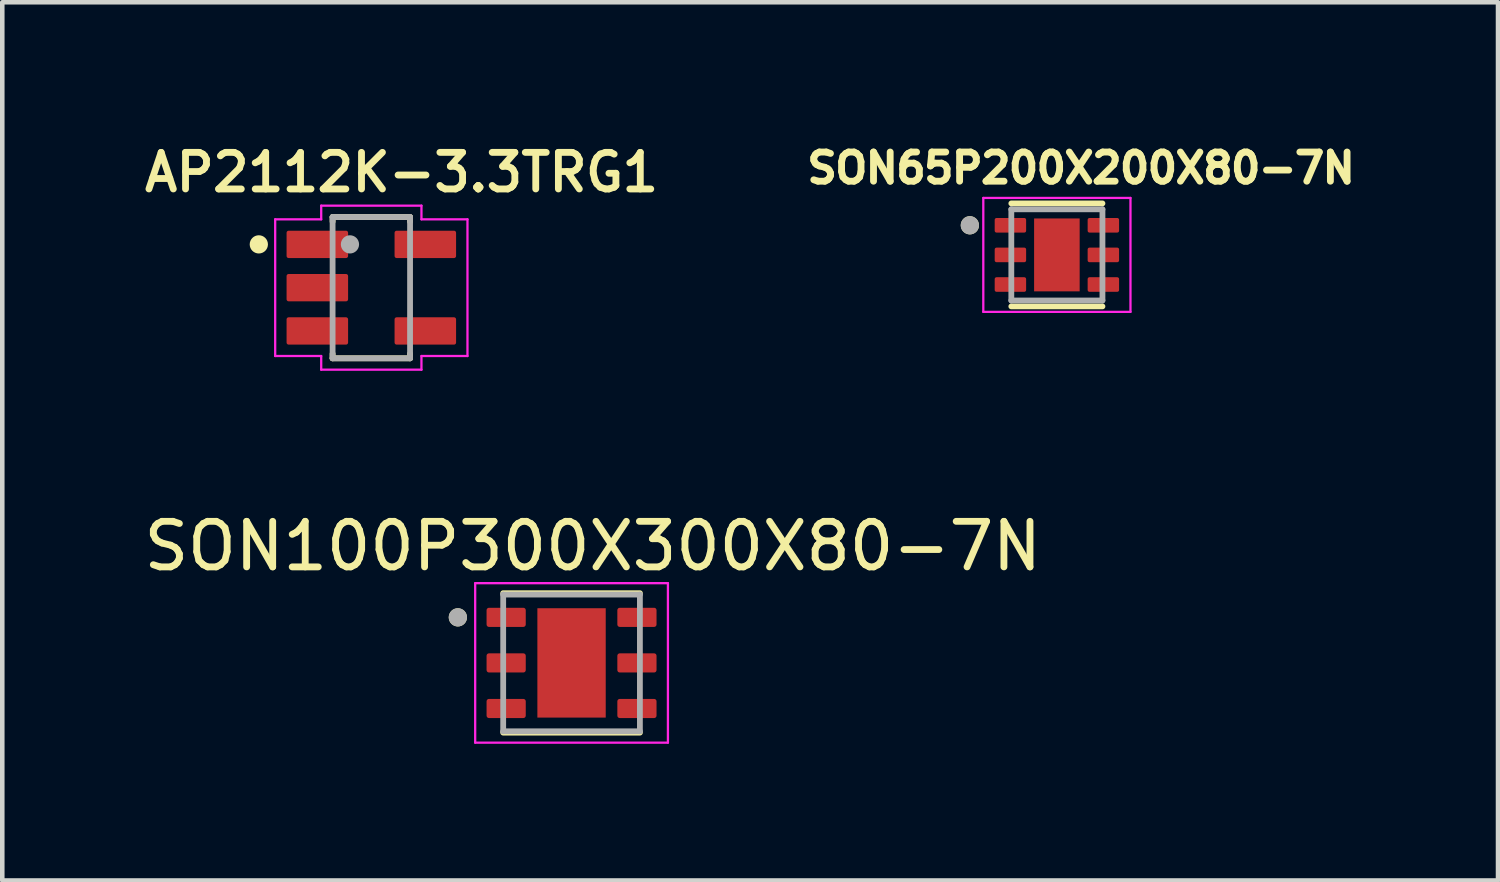
<source format=kicad_pcb>
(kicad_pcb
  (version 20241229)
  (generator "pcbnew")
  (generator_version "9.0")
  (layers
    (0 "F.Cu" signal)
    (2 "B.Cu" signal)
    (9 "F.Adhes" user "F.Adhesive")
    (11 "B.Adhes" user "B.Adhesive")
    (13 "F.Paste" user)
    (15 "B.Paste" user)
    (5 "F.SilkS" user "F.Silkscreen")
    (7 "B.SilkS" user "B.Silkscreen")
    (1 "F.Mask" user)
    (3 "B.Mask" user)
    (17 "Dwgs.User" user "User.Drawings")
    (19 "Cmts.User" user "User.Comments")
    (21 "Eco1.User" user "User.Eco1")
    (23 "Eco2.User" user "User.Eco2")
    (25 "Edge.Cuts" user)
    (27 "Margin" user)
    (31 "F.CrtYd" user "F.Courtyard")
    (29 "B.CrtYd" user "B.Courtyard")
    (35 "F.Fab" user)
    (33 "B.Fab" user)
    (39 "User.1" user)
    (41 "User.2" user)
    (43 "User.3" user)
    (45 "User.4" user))
  (footprint "SON100P300X300X80-7N"
    (layer "F.Cu")
    (at 9.493 11.498)
    (property "Reference" "SON100P300X300X80-7N" (at 0.465 -2.562 0) (layer "F.SilkS") (effects (font (size 1 1) (thickness 0.15))))
    (attr smd)
    (fp_line (start -1.5 -1.53) (end 1.5 -1.53) (stroke (width 0.127) (type solid)) (layer "F.SilkS"))
    (fp_line (start -1.5 1.53) (end 1.5 1.53) (stroke (width 0.127) (type solid)) (layer "F.SilkS"))
    (fp_circle (center -2.495 -1) (end -2.395 -1) (stroke (width 0.2) (type solid)) (fill no) (layer "F.SilkS"))
    (fp_poly (pts (xy -0.47 -0.76) (xy 0.47 -0.76) (xy 0.47 0.76) (xy -0.47 0.76)) (stroke (width 0.01) (type solid)) (fill yes) (layer "F.Paste"))
    (fp_line (start -2.115 -1.75) (end -2.115 1.75) (stroke (width 0.05) (type solid)) (layer "F.CrtYd"))
    (fp_line (start -2.115 -1.75) (end 2.115 -1.75) (stroke (width 0.05) (type solid)) (layer "F.CrtYd"))
    (fp_line (start -2.115 1.75) (end 2.115 1.75) (stroke (width 0.05) (type solid)) (layer "F.CrtYd"))
    (fp_line (start 2.115 -1.75) (end 2.115 1.75) (stroke (width 0.05) (type solid)) (layer "F.CrtYd"))
    (fp_line (start -1.5 -1.5) (end -1.5 1.5) (stroke (width 0.127) (type solid)) (layer "F.Fab"))
    (fp_line (start -1.5 -1.5) (end 1.5 -1.5) (stroke (width 0.127) (type solid)) (layer "F.Fab"))
    (fp_line (start -1.5 1.5) (end 1.5 1.5) (stroke (width 0.127) (type solid)) (layer "F.Fab"))
    (fp_line (start 1.5 -1.5) (end 1.5 1.5) (stroke (width 0.127) (type solid)) (layer "F.Fab"))
    (fp_circle (center -2.495 -1) (end -2.395 -1) (stroke (width 0.2) (type solid)) (fill no) (layer "F.Fab"))
    (pad "1" smd roundrect (at -1.435 -1) (size 0.86 0.42) (layers "F.Cu" "F.Mask" "F.Paste") (roundrect_rratio 0.125))
    (pad "2" smd roundrect (at -1.435 0) (size 0.86 0.42) (layers "F.Cu" "F.Mask" "F.Paste") (roundrect_rratio 0.125))
    (pad "3" smd roundrect (at -1.435 1) (size 0.86 0.42) (layers "F.Cu" "F.Mask" "F.Paste") (roundrect_rratio 0.125))
    (pad "4" smd roundrect (at 1.435 1) (size 0.86 0.42) (layers "F.Cu" "F.Mask" "F.Paste") (roundrect_rratio 0.125))
    (pad "5" smd roundrect (at 1.435 0) (size 0.86 0.42) (layers "F.Cu" "F.Mask" "F.Paste") (roundrect_rratio 0.125))
    (pad "6" smd roundrect (at 1.435 -1) (size 0.86 0.42) (layers "F.Cu" "F.Mask" "F.Paste") (roundrect_rratio 0.125))
    (pad "7" smd rect (at 0 0) (size 1.5 2.4) (layers "F.Cu" "F.Mask")))
  (footprint "AP2112K-3.3TRG1"
    (layer "F.Cu")
    (at 5.099 3.263)
    (property "Reference" "AP2112K-3.3TRG1" (at 0.664 -2.53 0) (layer "F.SilkS") (effects (font (size 0.803 0.803) (thickness 0.15))))
    (attr smd)
    (fp_line (start -0.85 -1.55) (end -0.85 -1.45) (stroke (width 0.127) (type solid)) (layer "F.SilkS"))
    (fp_line (start -0.85 1.55) (end -0.85 1.45) (stroke (width 0.127) (type solid)) (layer "F.SilkS"))
    (fp_line (start 0.85 -1.55) (end -0.85 -1.55) (stroke (width 0.127) (type solid)) (layer "F.SilkS"))
    (fp_line (start 0.85 -1.55) (end 0.85 -1.45) (stroke (width 0.127) (type solid)) (layer "F.SilkS"))
    (fp_line (start 0.85 1.55) (end -0.85 1.55) (stroke (width 0.127) (type solid)) (layer "F.SilkS"))
    (fp_line (start 0.85 1.55) (end 0.85 1.45) (stroke (width 0.127) (type solid)) (layer "F.SilkS"))
    (fp_circle (center -2.469 -0.95) (end -2.369 -0.95) (stroke (width 0.2) (type solid)) (fill no) (layer "F.SilkS"))
    (fp_line (start -2.11 -1.5) (end -2.11 1.5) (stroke (width 0.05) (type solid)) (layer "F.CrtYd"))
    (fp_line (start -2.11 1.5) (end -1.1 1.5) (stroke (width 0.05) (type solid)) (layer "F.CrtYd"))
    (fp_line (start -1.1 -1.8) (end -1.1 -1.5) (stroke (width 0.05) (type solid)) (layer "F.CrtYd"))
    (fp_line (start -1.1 -1.5) (end -2.11 -1.5) (stroke (width 0.05) (type solid)) (layer "F.CrtYd"))
    (fp_line (start -1.1 1.5) (end -1.1 1.8) (stroke (width 0.05) (type solid)) (layer "F.CrtYd"))
    (fp_line (start -1.1 1.8) (end 1.1 1.8) (stroke (width 0.05) (type solid)) (layer "F.CrtYd"))
    (fp_line (start 1.1 -1.8) (end -1.1 -1.8) (stroke (width 0.05) (type solid)) (layer "F.CrtYd"))
    (fp_line (start 1.1 -1.5) (end 1.1 -1.8) (stroke (width 0.05) (type solid)) (layer "F.CrtYd"))
    (fp_line (start 1.1 1.5) (end 2.11 1.5) (stroke (width 0.05) (type solid)) (layer "F.CrtYd"))
    (fp_line (start 1.1 1.8) (end 1.1 1.5) (stroke (width 0.05) (type solid)) (layer "F.CrtYd"))
    (fp_line (start 2.11 -1.5) (end 1.1 -1.5) (stroke (width 0.05) (type solid)) (layer "F.CrtYd"))
    (fp_line (start 2.11 1.5) (end 2.11 -1.5) (stroke (width 0.05) (type solid)) (layer "F.CrtYd"))
    (fp_line (start -0.85 -1.55) (end 0.85 -1.55) (stroke (width 0.127) (type solid)) (layer "F.Fab"))
    (fp_line (start -0.85 1.55) (end -0.85 -1.55) (stroke (width 0.127) (type solid)) (layer "F.Fab"))
    (fp_line (start 0.85 -1.55) (end 0.85 1.55) (stroke (width 0.127) (type solid)) (layer "F.Fab"))
    (fp_line (start 0.85 1.55) (end -0.85 1.55) (stroke (width 0.127) (type solid)) (layer "F.Fab"))
    (fp_circle (center -0.469 -0.95) (end -0.369 -0.95) (stroke (width 0.2) (type solid)) (fill no) (layer "F.Fab"))
    (pad "1" smd roundrect (at -1.185 -0.95) (size 1.35 0.6) (layers "F.Cu" "F.Mask" "F.Paste") (roundrect_rratio 0.075))
    (pad "2" smd roundrect (at -1.185 0) (size 1.35 0.6) (layers "F.Cu" "F.Mask" "F.Paste") (roundrect_rratio 0.075))
    (pad "3" smd roundrect (at -1.185 0.95) (size 1.35 0.6) (layers "F.Cu" "F.Mask" "F.Paste") (roundrect_rratio 0.075))
    (pad "4" smd roundrect (at 1.185 0.95) (size 1.35 0.6) (layers "F.Cu" "F.Mask" "F.Paste") (roundrect_rratio 0.075))
    (pad "5" smd roundrect (at 1.185 -0.95) (size 1.35 0.6) (layers "F.Cu" "F.Mask" "F.Paste") (roundrect_rratio 0.075)))
  (footprint "SON65P200X200X80-7N"
    (layer "F.Cu")
    (at 20.144 2.544)
    (property "Reference" "SON65P200X200X80-7N" (at 0.532 -1.906 0) (layer "F.SilkS") (effects (font (size 0.64 0.64) (thickness 0.15))))
    (attr smd)
    (fp_line (start -1 -1.13) (end 1 -1.13) (stroke (width 0.127) (type solid)) (layer "F.SilkS"))
    (fp_line (start -1 1.13) (end 1 1.13) (stroke (width 0.127) (type solid)) (layer "F.SilkS"))
    (fp_circle (center -1.91 -0.65) (end -1.81 -0.65) (stroke (width 0.2) (type solid)) (fill no) (layer "F.SilkS"))
    (fp_poly (pts (xy -0.316 -0.506) (xy 0.316 -0.506) (xy 0.316 0.506) (xy -0.316 0.506)) (stroke (width 0.01) (type solid)) (fill yes) (layer "F.Paste"))
    (fp_line (start -1.615 -1.25) (end -1.615 1.25) (stroke (width 0.05) (type solid)) (layer "F.CrtYd"))
    (fp_line (start -1.615 -1.25) (end 1.615 -1.25) (stroke (width 0.05) (type solid)) (layer "F.CrtYd"))
    (fp_line (start -1.615 1.25) (end 1.615 1.25) (stroke (width 0.05) (type solid)) (layer "F.CrtYd"))
    (fp_line (start 1.615 -1.25) (end 1.615 1.25) (stroke (width 0.05) (type solid)) (layer "F.CrtYd"))
    (fp_line (start -1 -1) (end -1 1) (stroke (width 0.127) (type solid)) (layer "F.Fab"))
    (fp_line (start -1 -1) (end 1 -1) (stroke (width 0.127) (type solid)) (layer "F.Fab"))
    (fp_line (start -1 1) (end 1 1) (stroke (width 0.127) (type solid)) (layer "F.Fab"))
    (fp_line (start 1 -1) (end 1 1) (stroke (width 0.127) (type solid)) (layer "F.Fab"))
    (fp_circle (center -1.91 -0.65) (end -1.81 -0.65) (stroke (width 0.2) (type solid)) (fill no) (layer "F.Fab"))
    (pad "1" smd roundrect (at -1.02 -0.65) (size 0.69 0.32) (layers "F.Cu" "F.Mask" "F.Paste") (roundrect_rratio 0.125))
    (pad "2" smd roundrect (at -1.02 0) (size 0.69 0.32) (layers "F.Cu" "F.Mask" "F.Paste") (roundrect_rratio 0.125))
    (pad "3" smd roundrect (at -1.02 0.65) (size 0.69 0.32) (layers "F.Cu" "F.Mask" "F.Paste") (roundrect_rratio 0.125))
    (pad "4" smd roundrect (at 1.02 0.65) (size 0.69 0.32) (layers "F.Cu" "F.Mask" "F.Paste") (roundrect_rratio 0.125))
    (pad "5" smd roundrect (at 1.02 0) (size 0.69 0.32) (layers "F.Cu" "F.Mask" "F.Paste") (roundrect_rratio 0.125))
    (pad "6" smd roundrect (at 1.02 -0.65) (size 0.69 0.32) (layers "F.Cu" "F.Mask" "F.Paste") (roundrect_rratio 0.125))
    (pad "7" smd rect (at 0 0) (size 1 1.6) (layers "F.Cu" "F.Mask")))
  (gr_rect
    (start -3 -3)
    (end 29.825 16.273)
    (stroke (width 0.1) (type default))
    (fill no)
    (layer "Edge.Cuts")))
</source>
